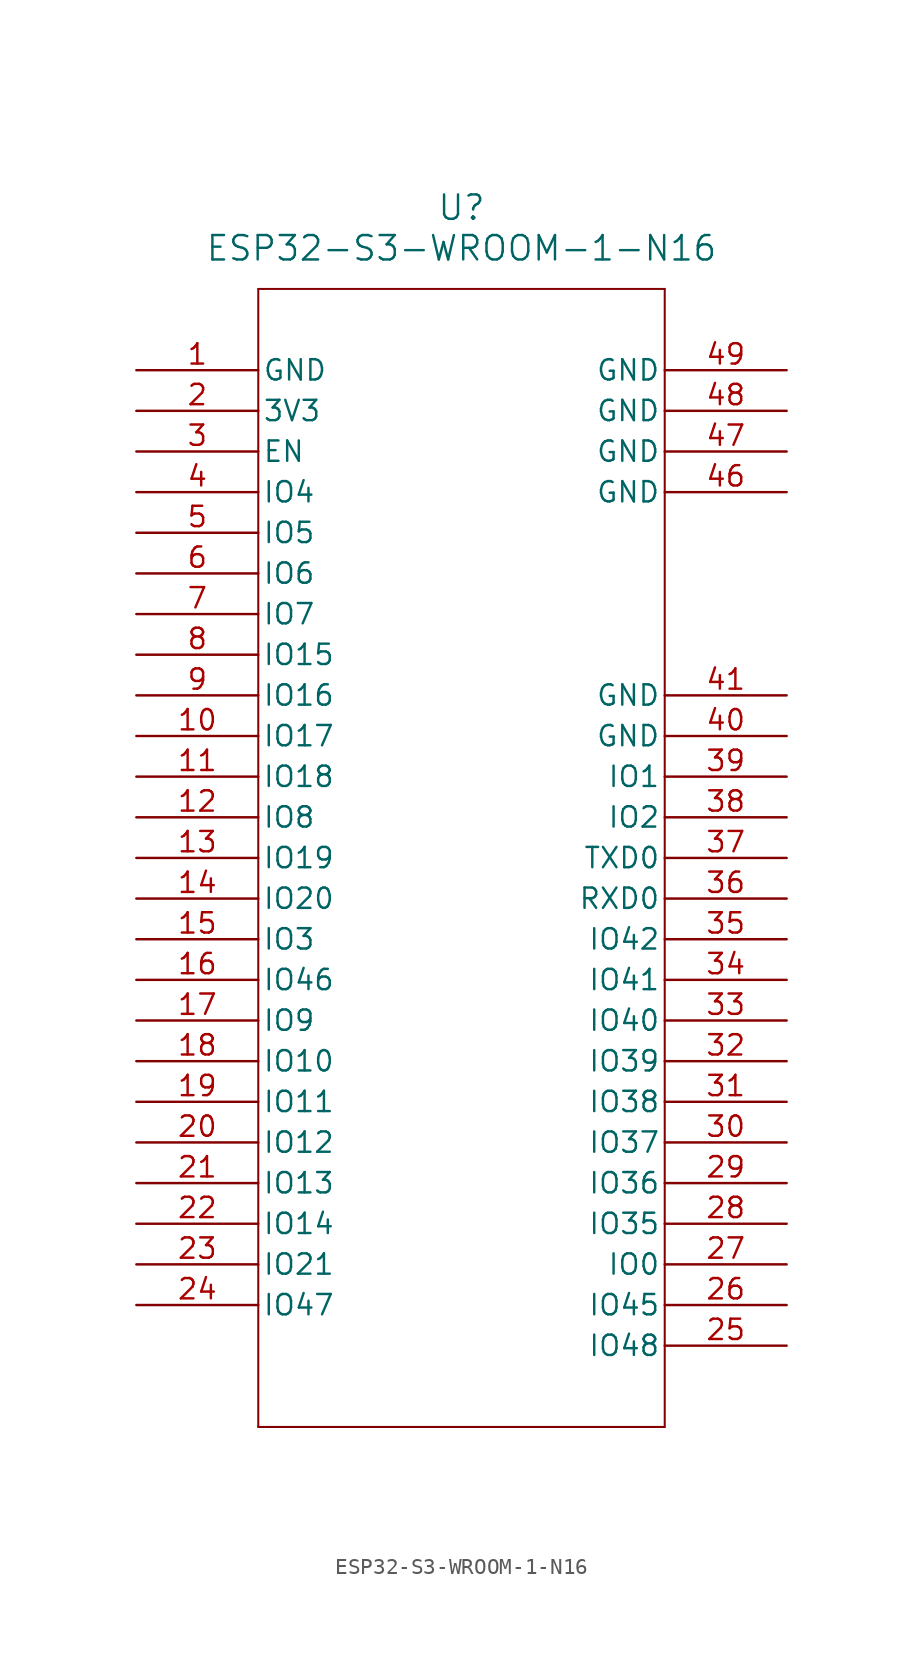
<source format=kicad_sym>
(kicad_symbol_lib
  (version 20211014)
  (generator kicad_symbol_editor)
  (symbol "ESP32-S3-WROOM-1-N16"
    (pin_names
      (offset 0.254))
    (property "Reference" "U"
      (at 20.32 10.16 0)
      (effects (font (size 1.524 1.524))))
    (property "Value" "ESP32-S3-WROOM-1-N16"
      (at 20.32 7.62 0)
      (effects (font (size 1.524 1.524))))
    (symbol "ESP32-S3-WROOM-1-N16_0_1"
      (polyline (pts (xy 7.62 5.08) (xy 7.62 -66.04)) (stroke (width 0.127) (type default) (color 0 0 0 0)) (fill (type none)))
      (polyline (pts (xy 7.62 -66.04) (xy 33.02 -66.04)) (stroke (width 0.127) (type default) (color 0 0 0 0)) (fill (type none)))
      (polyline (pts (xy 33.02 -66.04) (xy 33.02 5.08)) (stroke (width 0.127) (type default) (color 0 0 0 0)) (fill (type none)))
      (polyline (pts (xy 33.02 5.08) (xy 7.62 5.08)) (stroke (width 0.127) (type default) (color 0 0 0 0)) (fill (type none)))
      (pin power_out line (at 0 0 0) (length 7.62) (name "GND" (effects (font (size 1.27 1.27)))) (number "1" (effects (font (size 1.27 1.27)))))
      (pin power_in line (at 0 -2.54 0) (length 7.62) (name "3V3" (effects (font (size 1.27 1.27)))) (number "2" (effects (font (size 1.27 1.27)))))
      (pin input line (at 0 -5.08 0) (length 7.62) (name "EN" (effects (font (size 1.27 1.27)))) (number "3" (effects (font (size 1.27 1.27)))))
      (pin bidirectional line (at 0 -7.62 0) (length 7.62) (name "IO4" (effects (font (size 1.27 1.27)))) (number "4" (effects (font (size 1.27 1.27)))))
      (pin bidirectional line (at 0 -10.16 0) (length 7.62) (name "IO5" (effects (font (size 1.27 1.27)))) (number "5" (effects (font (size 1.27 1.27)))))
      (pin bidirectional line (at 0 -12.7 0) (length 7.62) (name "IO6" (effects (font (size 1.27 1.27)))) (number "6" (effects (font (size 1.27 1.27)))))
      (pin bidirectional line (at 0 -15.24 0) (length 7.62) (name "IO7" (effects (font (size 1.27 1.27)))) (number "7" (effects (font (size 1.27 1.27)))))
      (pin bidirectional line (at 0 -17.78 0) (length 7.62) (name "IO15" (effects (font (size 1.27 1.27)))) (number "8" (effects (font (size 1.27 1.27)))))
      (pin bidirectional line (at 0 -20.32 0) (length 7.62) (name "IO16" (effects (font (size 1.27 1.27)))) (number "9" (effects (font (size 1.27 1.27)))))
      (pin bidirectional line (at 0 -22.86 0) (length 7.62) (name "IO17" (effects (font (size 1.27 1.27)))) (number "10" (effects (font (size 1.27 1.27)))))
      (pin bidirectional line (at 0 -25.4 0) (length 7.62) (name "IO18" (effects (font (size 1.27 1.27)))) (number "11" (effects (font (size 1.27 1.27)))))
      (pin bidirectional line (at 0 -27.94 0) (length 7.62) (name "IO8" (effects (font (size 1.27 1.27)))) (number "12" (effects (font (size 1.27 1.27)))))
      (pin bidirectional line (at 0 -30.48 0) (length 7.62) (name "IO19" (effects (font (size 1.27 1.27)))) (number "13" (effects (font (size 1.27 1.27)))))
      (pin bidirectional line (at 0 -33.02 0) (length 7.62) (name "IO20" (effects (font (size 1.27 1.27)))) (number "14" (effects (font (size 1.27 1.27)))))
      (pin bidirectional line (at 0 -35.56 0) (length 7.62) (name "IO3" (effects (font (size 1.27 1.27)))) (number "15" (effects (font (size 1.27 1.27)))))
      (pin bidirectional line (at 0 -38.1 0) (length 7.62) (name "IO46" (effects (font (size 1.27 1.27)))) (number "16" (effects (font (size 1.27 1.27)))))
      (pin bidirectional line (at 0 -40.64 0) (length 7.62) (name "IO9" (effects (font (size 1.27 1.27)))) (number "17" (effects (font (size 1.27 1.27)))))
      (pin bidirectional line (at 0 -43.18 0) (length 7.62) (name "IO10" (effects (font (size 1.27 1.27)))) (number "18" (effects (font (size 1.27 1.27)))))
      (pin bidirectional line (at 0 -45.72 0) (length 7.62) (name "IO11" (effects (font (size 1.27 1.27)))) (number "19" (effects (font (size 1.27 1.27)))))
      (pin bidirectional line (at 0 -48.26 0) (length 7.62) (name "IO12" (effects (font (size 1.27 1.27)))) (number "20" (effects (font (size 1.27 1.27)))))
      (pin bidirectional line (at 0 -50.8 0) (length 7.62) (name "IO13" (effects (font (size 1.27 1.27)))) (number "21" (effects (font (size 1.27 1.27)))))
      (pin bidirectional line (at 0 -53.34 0) (length 7.62) (name "IO14" (effects (font (size 1.27 1.27)))) (number "22" (effects (font (size 1.27 1.27)))))
      (pin bidirectional line (at 0 -55.88 0) (length 7.62) (name "IO21" (effects (font (size 1.27 1.27)))) (number "23" (effects (font (size 1.27 1.27)))))
      (pin bidirectional line (at 0 -58.42 0) (length 7.62) (name "IO47" (effects (font (size 1.27 1.27)))) (number "24" (effects (font (size 1.27 1.27)))))
      (pin bidirectional line (at 40.64 -60.96 180) (length 7.62) (name "IO48" (effects (font (size 1.27 1.27)))) (number "25" (effects (font (size 1.27 1.27)))))
      (pin bidirectional line (at 40.64 -58.42 180) (length 7.62) (name "IO45" (effects (font (size 1.27 1.27)))) (number "26" (effects (font (size 1.27 1.27)))))
      (pin bidirectional line (at 40.64 -55.88 180) (length 7.62) (name "IO0" (effects (font (size 1.27 1.27)))) (number "27" (effects (font (size 1.27 1.27)))))
      (pin bidirectional line (at 40.64 -53.34 180) (length 7.62) (name "IO35" (effects (font (size 1.27 1.27)))) (number "28" (effects (font (size 1.27 1.27)))))
      (pin bidirectional line (at 40.64 -50.8 180) (length 7.62) (name "IO36" (effects (font (size 1.27 1.27)))) (number "29" (effects (font (size 1.27 1.27)))))
      (pin bidirectional line (at 40.64 -48.26 180) (length 7.62) (name "IO37" (effects (font (size 1.27 1.27)))) (number "30" (effects (font (size 1.27 1.27)))))
      (pin bidirectional line (at 40.64 -45.72 180) (length 7.62) (name "IO38" (effects (font (size 1.27 1.27)))) (number "31" (effects (font (size 1.27 1.27)))))
      (pin bidirectional line (at 40.64 -43.18 180) (length 7.62) (name "IO39" (effects (font (size 1.27 1.27)))) (number "32" (effects (font (size 1.27 1.27)))))
      (pin bidirectional line (at 40.64 -40.64 180) (length 7.62) (name "IO40" (effects (font (size 1.27 1.27)))) (number "33" (effects (font (size 1.27 1.27)))))
      (pin bidirectional line (at 40.64 -38.1 180) (length 7.62) (name "IO41" (effects (font (size 1.27 1.27)))) (number "34" (effects (font (size 1.27 1.27)))))
      (pin bidirectional line (at 40.64 -35.56 180) (length 7.62) (name "IO42" (effects (font (size 1.27 1.27)))) (number "35" (effects (font (size 1.27 1.27)))))
      (pin bidirectional line (at 40.64 -33.02 180) (length 7.62) (name "RXD0" (effects (font (size 1.27 1.27)))) (number "36" (effects (font (size 1.27 1.27)))))
      (pin bidirectional line (at 40.64 -30.48 180) (length 7.62) (name "TXD0" (effects (font (size 1.27 1.27)))) (number "37" (effects (font (size 1.27 1.27)))))
      (pin bidirectional line (at 40.64 -27.94 180) (length 7.62) (name "IO2" (effects (font (size 1.27 1.27)))) (number "38" (effects (font (size 1.27 1.27)))))
      (pin bidirectional line (at 40.64 -25.4 180) (length 7.62) (name "IO1" (effects (font (size 1.27 1.27)))) (number "39" (effects (font (size 1.27 1.27)))))
      (pin power_out line (at 40.64 -22.86 180) (length 7.62) (name "GND" (effects (font (size 1.27 1.27)))) (number "40" (effects (font (size 1.27 1.27)))))
      (pin power_out line (at 40.64 -20.32 180) (length 7.62) (name "GND" (effects (font (size 1.27 1.27)))) (number "41" (effects (font (size 1.27 1.27)))))
      (pin power_out line (at 40.64 -7.62 180) (length 7.62) (name "GND" (effects (font (size 1.27 1.27)))) (number "46" (effects (font (size 1.27 1.27)))))
      (pin power_out line (at 40.64 -5.08 180) (length 7.62) (name "GND" (effects (font (size 1.27 1.27)))) (number "47" (effects (font (size 1.27 1.27)))))
      (pin power_out line (at 40.64 -2.54 180) (length 7.62) (name "GND" (effects (font (size 1.27 1.27)))) (number "48" (effects (font (size 1.27 1.27)))))
      (pin power_out line (at 40.64 0 180) (length 7.62) (name "GND" (effects (font (size 1.27 1.27)))) (number "49" (effects (font (size 1.27 1.27))))))))
</source>
